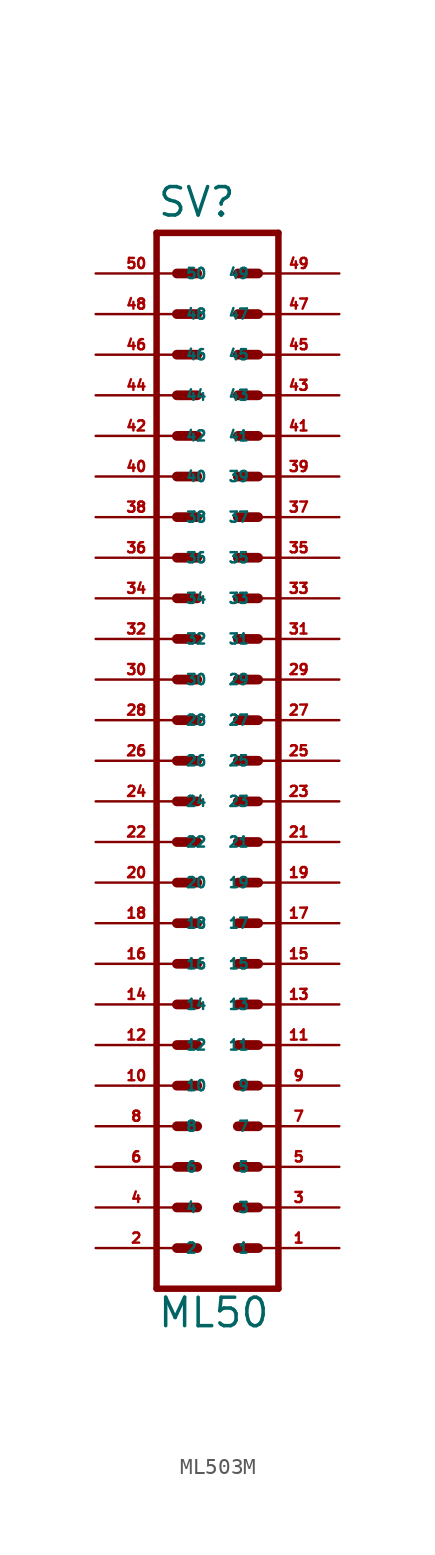
<source format=kicad_sym>
(kicad_symbol_lib
  (version 20220914)
  (generator Eagle2Kicad)
  (symbol "ML503M"
    (property "Reference" "SV"
      (at -3.81 33.909 0)
      (effects (font (size 1.778 1.778) (thickness 0.22)) (justify left bottom)))
    (property "Value" "ML50"
      (at -3.81 -35.56 0)
      (effects (font (size 1.778 1.778) (thickness 0.22)) (justify left bottom)))
    (polyline
      (pts (xy 3.81 -33.02) (xy -3.81 -33.02))
      (stroke (width 0.406) (type default))
      (fill (type none)))
    (polyline
      (pts (xy -3.81 33.02) (xy -3.81 -33.02))
      (stroke (width 0.406) (type default))
      (fill (type none)))
    (polyline
      (pts (xy -3.81 33.02) (xy 3.81 33.02))
      (stroke (width 0.406) (type default))
      (fill (type none)))
    (polyline
      (pts (xy 3.81 -33.02) (xy 3.81 33.02))
      (stroke (width 0.406) (type default))
      (fill (type none)))
    (polyline
      (pts (xy 1.27 -20.32) (xy 2.54 -20.32))
      (stroke (width 0.61) (type default))
      (fill (type none)))
    (polyline
      (pts (xy 1.27 -22.86) (xy 2.54 -22.86))
      (stroke (width 0.61) (type default))
      (fill (type none)))
    (polyline
      (pts (xy 1.27 -25.4) (xy 2.54 -25.4))
      (stroke (width 0.61) (type default))
      (fill (type none)))
    (polyline
      (pts (xy 1.27 -27.94) (xy 2.54 -27.94))
      (stroke (width 0.61) (type default))
      (fill (type none)))
    (polyline
      (pts (xy 1.27 -30.48) (xy 2.54 -30.48))
      (stroke (width 0.61) (type default))
      (fill (type none)))
    (polyline
      (pts (xy -2.54 -20.32) (xy -1.27 -20.32))
      (stroke (width 0.61) (type default))
      (fill (type none)))
    (polyline
      (pts (xy -2.54 -22.86) (xy -1.27 -22.86))
      (stroke (width 0.61) (type default))
      (fill (type none)))
    (polyline
      (pts (xy -2.54 -25.4) (xy -1.27 -25.4))
      (stroke (width 0.61) (type default))
      (fill (type none)))
    (polyline
      (pts (xy -2.54 -27.94) (xy -1.27 -27.94))
      (stroke (width 0.61) (type default))
      (fill (type none)))
    (polyline
      (pts (xy -2.54 -30.48) (xy -1.27 -30.48))
      (stroke (width 0.61) (type default))
      (fill (type none)))
    (polyline
      (pts (xy 1.27 -17.78) (xy 2.54 -17.78))
      (stroke (width 0.61) (type default))
      (fill (type none)))
    (polyline
      (pts (xy 1.27 -15.24) (xy 2.54 -15.24))
      (stroke (width 0.61) (type default))
      (fill (type none)))
    (polyline
      (pts (xy 1.27 -12.7) (xy 2.54 -12.7))
      (stroke (width 0.61) (type default))
      (fill (type none)))
    (polyline
      (pts (xy 1.27 -10.16) (xy 2.54 -10.16))
      (stroke (width 0.61) (type default))
      (fill (type none)))
    (polyline
      (pts (xy 1.27 -7.62) (xy 2.54 -7.62))
      (stroke (width 0.61) (type default))
      (fill (type none)))
    (polyline
      (pts (xy -2.54 -17.78) (xy -1.27 -17.78))
      (stroke (width 0.61) (type default))
      (fill (type none)))
    (polyline
      (pts (xy -2.54 -15.24) (xy -1.27 -15.24))
      (stroke (width 0.61) (type default))
      (fill (type none)))
    (polyline
      (pts (xy -2.54 -12.7) (xy -1.27 -12.7))
      (stroke (width 0.61) (type default))
      (fill (type none)))
    (polyline
      (pts (xy -2.54 -10.16) (xy -1.27 -10.16))
      (stroke (width 0.61) (type default))
      (fill (type none)))
    (polyline
      (pts (xy -2.54 -7.62) (xy -1.27 -7.62))
      (stroke (width 0.61) (type default))
      (fill (type none)))
    (polyline
      (pts (xy 1.27 -5.08) (xy 2.54 -5.08))
      (stroke (width 0.61) (type default))
      (fill (type none)))
    (polyline
      (pts (xy 1.27 -2.54) (xy 2.54 -2.54))
      (stroke (width 0.61) (type default))
      (fill (type none)))
    (polyline
      (pts (xy 1.27 0) (xy 2.54 0))
      (stroke (width 0.61) (type default))
      (fill (type none)))
    (polyline
      (pts (xy -2.54 -5.08) (xy -1.27 -5.08))
      (stroke (width 0.61) (type default))
      (fill (type none)))
    (polyline
      (pts (xy -2.54 -2.54) (xy -1.27 -2.54))
      (stroke (width 0.61) (type default))
      (fill (type none)))
    (polyline
      (pts (xy -2.54 0) (xy -1.27 0))
      (stroke (width 0.61) (type default))
      (fill (type none)))
    (polyline
      (pts (xy 1.27 2.54) (xy 2.54 2.54))
      (stroke (width 0.61) (type default))
      (fill (type none)))
    (polyline
      (pts (xy 1.27 5.08) (xy 2.54 5.08))
      (stroke (width 0.61) (type default))
      (fill (type none)))
    (polyline
      (pts (xy 1.27 7.62) (xy 2.54 7.62))
      (stroke (width 0.61) (type default))
      (fill (type none)))
    (polyline
      (pts (xy 1.27 10.16) (xy 2.54 10.16))
      (stroke (width 0.61) (type default))
      (fill (type none)))
    (polyline
      (pts (xy 1.27 12.7) (xy 2.54 12.7))
      (stroke (width 0.61) (type default))
      (fill (type none)))
    (polyline
      (pts (xy 1.27 15.24) (xy 2.54 15.24))
      (stroke (width 0.61) (type default))
      (fill (type none)))
    (polyline
      (pts (xy 1.27 17.78) (xy 2.54 17.78))
      (stroke (width 0.61) (type default))
      (fill (type none)))
    (polyline
      (pts (xy -2.54 2.54) (xy -1.27 2.54))
      (stroke (width 0.61) (type default))
      (fill (type none)))
    (polyline
      (pts (xy -2.54 5.08) (xy -1.27 5.08))
      (stroke (width 0.61) (type default))
      (fill (type none)))
    (polyline
      (pts (xy -2.54 7.62) (xy -1.27 7.62))
      (stroke (width 0.61) (type default))
      (fill (type none)))
    (polyline
      (pts (xy -2.54 10.16) (xy -1.27 10.16))
      (stroke (width 0.61) (type default))
      (fill (type none)))
    (polyline
      (pts (xy -2.54 12.7) (xy -1.27 12.7))
      (stroke (width 0.61) (type default))
      (fill (type none)))
    (polyline
      (pts (xy -2.54 15.24) (xy -1.27 15.24))
      (stroke (width 0.61) (type default))
      (fill (type none)))
    (polyline
      (pts (xy -2.54 17.78) (xy -1.27 17.78))
      (stroke (width 0.61) (type default))
      (fill (type none)))
    (polyline
      (pts (xy -2.54 20.32) (xy -1.27 20.32))
      (stroke (width 0.61) (type default))
      (fill (type none)))
    (polyline
      (pts (xy -2.54 22.86) (xy -1.27 22.86))
      (stroke (width 0.61) (type default))
      (fill (type none)))
    (polyline
      (pts (xy -2.54 25.4) (xy -1.27 25.4))
      (stroke (width 0.61) (type default))
      (fill (type none)))
    (polyline
      (pts (xy 1.27 20.32) (xy 2.54 20.32))
      (stroke (width 0.61) (type default))
      (fill (type none)))
    (polyline
      (pts (xy 1.27 22.86) (xy 2.54 22.86))
      (stroke (width 0.61) (type default))
      (fill (type none)))
    (polyline
      (pts (xy 1.27 25.4) (xy 2.54 25.4))
      (stroke (width 0.61) (type default))
      (fill (type none)))
    (polyline
      (pts (xy -2.54 27.94) (xy -1.27 27.94))
      (stroke (width 0.61) (type default))
      (fill (type none)))
    (polyline
      (pts (xy -2.54 30.48) (xy -1.27 30.48))
      (stroke (width 0.61) (type default))
      (fill (type none)))
    (polyline
      (pts (xy 1.27 27.94) (xy 2.54 27.94))
      (stroke (width 0.61) (type default))
      (fill (type none)))
    (polyline
      (pts (xy 1.27 30.48) (xy 2.54 30.48))
      (stroke (width 0.61) (type default))
      (fill (type none)))
    (pin passive line
      (at 7.62 -30.48 180)
      (length 5.08)
      (name "1" (effects (font (size 0.635 0.635) (thickness 0.08)) (justify left bottom)))
      (number "1" (effects (font (size 0.635 0.635) (thickness 0.08)) (justify left bottom))))
    (pin passive line
      (at 7.62 -27.94 180)
      (length 5.08)
      (name "3" (effects (font (size 0.635 0.635) (thickness 0.08)) (justify left bottom)))
      (number "3" (effects (font (size 0.635 0.635) (thickness 0.08)) (justify left bottom))))
    (pin passive line
      (at 7.62 -25.4 180)
      (length 5.08)
      (name "5" (effects (font (size 0.635 0.635) (thickness 0.08)) (justify left bottom)))
      (number "5" (effects (font (size 0.635 0.635) (thickness 0.08)) (justify left bottom))))
    (pin passive line
      (at 7.62 -22.86 180)
      (length 5.08)
      (name "7" (effects (font (size 0.635 0.635) (thickness 0.08)) (justify left bottom)))
      (number "7" (effects (font (size 0.635 0.635) (thickness 0.08)) (justify left bottom))))
    (pin passive line
      (at 7.62 -20.32 180)
      (length 5.08)
      (name "9" (effects (font (size 0.635 0.635) (thickness 0.08)) (justify left bottom)))
      (number "9" (effects (font (size 0.635 0.635) (thickness 0.08)) (justify left bottom))))
    (pin passive line
      (at 7.62 -17.78 180)
      (length 5.08)
      (name "11" (effects (font (size 0.635 0.635) (thickness 0.08)) (justify left bottom)))
      (number "11" (effects (font (size 0.635 0.635) (thickness 0.08)) (justify left bottom))))
    (pin passive line
      (at 7.62 -15.24 180)
      (length 5.08)
      (name "13" (effects (font (size 0.635 0.635) (thickness 0.08)) (justify left bottom)))
      (number "13" (effects (font (size 0.635 0.635) (thickness 0.08)) (justify left bottom))))
    (pin passive line
      (at 7.62 -12.7 180)
      (length 5.08)
      (name "15" (effects (font (size 0.635 0.635) (thickness 0.08)) (justify left bottom)))
      (number "15" (effects (font (size 0.635 0.635) (thickness 0.08)) (justify left bottom))))
    (pin passive line
      (at 7.62 -10.16 180)
      (length 5.08)
      (name "17" (effects (font (size 0.635 0.635) (thickness 0.08)) (justify left bottom)))
      (number "17" (effects (font (size 0.635 0.635) (thickness 0.08)) (justify left bottom))))
    (pin passive line
      (at 7.62 -7.62 180)
      (length 5.08)
      (name "19" (effects (font (size 0.635 0.635) (thickness 0.08)) (justify left bottom)))
      (number "19" (effects (font (size 0.635 0.635) (thickness 0.08)) (justify left bottom))))
    (pin passive line
      (at 7.62 -5.08 180)
      (length 5.08)
      (name "21" (effects (font (size 0.635 0.635) (thickness 0.08)) (justify left bottom)))
      (number "21" (effects (font (size 0.635 0.635) (thickness 0.08)) (justify left bottom))))
    (pin passive line
      (at 7.62 -2.54 180)
      (length 5.08)
      (name "23" (effects (font (size 0.635 0.635) (thickness 0.08)) (justify left bottom)))
      (number "23" (effects (font (size 0.635 0.635) (thickness 0.08)) (justify left bottom))))
    (pin passive line
      (at 7.62 0 180)
      (length 5.08)
      (name "25" (effects (font (size 0.635 0.635) (thickness 0.08)) (justify left bottom)))
      (number "25" (effects (font (size 0.635 0.635) (thickness 0.08)) (justify left bottom))))
    (pin passive line
      (at 7.62 2.54 180)
      (length 5.08)
      (name "27" (effects (font (size 0.635 0.635) (thickness 0.08)) (justify left bottom)))
      (number "27" (effects (font (size 0.635 0.635) (thickness 0.08)) (justify left bottom))))
    (pin passive line
      (at 7.62 5.08 180)
      (length 5.08)
      (name "29" (effects (font (size 0.635 0.635) (thickness 0.08)) (justify left bottom)))
      (number "29" (effects (font (size 0.635 0.635) (thickness 0.08)) (justify left bottom))))
    (pin passive line
      (at 7.62 7.62 180)
      (length 5.08)
      (name "31" (effects (font (size 0.635 0.635) (thickness 0.08)) (justify left bottom)))
      (number "31" (effects (font (size 0.635 0.635) (thickness 0.08)) (justify left bottom))))
    (pin passive line
      (at 7.62 10.16 180)
      (length 5.08)
      (name "33" (effects (font (size 0.635 0.635) (thickness 0.08)) (justify left bottom)))
      (number "33" (effects (font (size 0.635 0.635) (thickness 0.08)) (justify left bottom))))
    (pin passive line
      (at 7.62 12.7 180)
      (length 5.08)
      (name "35" (effects (font (size 0.635 0.635) (thickness 0.08)) (justify left bottom)))
      (number "35" (effects (font (size 0.635 0.635) (thickness 0.08)) (justify left bottom))))
    (pin passive line
      (at 7.62 15.24 180)
      (length 5.08)
      (name "37" (effects (font (size 0.635 0.635) (thickness 0.08)) (justify left bottom)))
      (number "37" (effects (font (size 0.635 0.635) (thickness 0.08)) (justify left bottom))))
    (pin passive line
      (at 7.62 17.78 180)
      (length 5.08)
      (name "39" (effects (font (size 0.635 0.635) (thickness 0.08)) (justify left bottom)))
      (number "39" (effects (font (size 0.635 0.635) (thickness 0.08)) (justify left bottom))))
    (pin passive line
      (at -7.62 -30.48 0)
      (length 5.08)
      (name "2" (effects (font (size 0.635 0.635) (thickness 0.08)) (justify left bottom)))
      (number "2" (effects (font (size 0.635 0.635) (thickness 0.08)) (justify left bottom))))
    (pin passive line
      (at -7.62 -27.94 0)
      (length 5.08)
      (name "4" (effects (font (size 0.635 0.635) (thickness 0.08)) (justify left bottom)))
      (number "4" (effects (font (size 0.635 0.635) (thickness 0.08)) (justify left bottom))))
    (pin passive line
      (at -7.62 -25.4 0)
      (length 5.08)
      (name "6" (effects (font (size 0.635 0.635) (thickness 0.08)) (justify left bottom)))
      (number "6" (effects (font (size 0.635 0.635) (thickness 0.08)) (justify left bottom))))
    (pin passive line
      (at -7.62 -22.86 0)
      (length 5.08)
      (name "8" (effects (font (size 0.635 0.635) (thickness 0.08)) (justify left bottom)))
      (number "8" (effects (font (size 0.635 0.635) (thickness 0.08)) (justify left bottom))))
    (pin passive line
      (at -7.62 -20.32 0)
      (length 5.08)
      (name "10" (effects (font (size 0.635 0.635) (thickness 0.08)) (justify left bottom)))
      (number "10" (effects (font (size 0.635 0.635) (thickness 0.08)) (justify left bottom))))
    (pin passive line
      (at -7.62 -17.78 0)
      (length 5.08)
      (name "12" (effects (font (size 0.635 0.635) (thickness 0.08)) (justify left bottom)))
      (number "12" (effects (font (size 0.635 0.635) (thickness 0.08)) (justify left bottom))))
    (pin passive line
      (at -7.62 -15.24 0)
      (length 5.08)
      (name "14" (effects (font (size 0.635 0.635) (thickness 0.08)) (justify left bottom)))
      (number "14" (effects (font (size 0.635 0.635) (thickness 0.08)) (justify left bottom))))
    (pin passive line
      (at -7.62 -12.7 0)
      (length 5.08)
      (name "16" (effects (font (size 0.635 0.635) (thickness 0.08)) (justify left bottom)))
      (number "16" (effects (font (size 0.635 0.635) (thickness 0.08)) (justify left bottom))))
    (pin passive line
      (at -7.62 -10.16 0)
      (length 5.08)
      (name "18" (effects (font (size 0.635 0.635) (thickness 0.08)) (justify left bottom)))
      (number "18" (effects (font (size 0.635 0.635) (thickness 0.08)) (justify left bottom))))
    (pin passive line
      (at -7.62 -7.62 0)
      (length 5.08)
      (name "20" (effects (font (size 0.635 0.635) (thickness 0.08)) (justify left bottom)))
      (number "20" (effects (font (size 0.635 0.635) (thickness 0.08)) (justify left bottom))))
    (pin passive line
      (at -7.62 -5.08 0)
      (length 5.08)
      (name "22" (effects (font (size 0.635 0.635) (thickness 0.08)) (justify left bottom)))
      (number "22" (effects (font (size 0.635 0.635) (thickness 0.08)) (justify left bottom))))
    (pin passive line
      (at -7.62 -2.54 0)
      (length 5.08)
      (name "24" (effects (font (size 0.635 0.635) (thickness 0.08)) (justify left bottom)))
      (number "24" (effects (font (size 0.635 0.635) (thickness 0.08)) (justify left bottom))))
    (pin passive line
      (at -7.62 0 0)
      (length 5.08)
      (name "26" (effects (font (size 0.635 0.635) (thickness 0.08)) (justify left bottom)))
      (number "26" (effects (font (size 0.635 0.635) (thickness 0.08)) (justify left bottom))))
    (pin passive line
      (at -7.62 2.54 0)
      (length 5.08)
      (name "28" (effects (font (size 0.635 0.635) (thickness 0.08)) (justify left bottom)))
      (number "28" (effects (font (size 0.635 0.635) (thickness 0.08)) (justify left bottom))))
    (pin passive line
      (at -7.62 5.08 0)
      (length 5.08)
      (name "30" (effects (font (size 0.635 0.635) (thickness 0.08)) (justify left bottom)))
      (number "30" (effects (font (size 0.635 0.635) (thickness 0.08)) (justify left bottom))))
    (pin passive line
      (at -7.62 7.62 0)
      (length 5.08)
      (name "32" (effects (font (size 0.635 0.635) (thickness 0.08)) (justify left bottom)))
      (number "32" (effects (font (size 0.635 0.635) (thickness 0.08)) (justify left bottom))))
    (pin passive line
      (at -7.62 10.16 0)
      (length 5.08)
      (name "34" (effects (font (size 0.635 0.635) (thickness 0.08)) (justify left bottom)))
      (number "34" (effects (font (size 0.635 0.635) (thickness 0.08)) (justify left bottom))))
    (pin passive line
      (at -7.62 12.7 0)
      (length 5.08)
      (name "36" (effects (font (size 0.635 0.635) (thickness 0.08)) (justify left bottom)))
      (number "36" (effects (font (size 0.635 0.635) (thickness 0.08)) (justify left bottom))))
    (pin passive line
      (at -7.62 15.24 0)
      (length 5.08)
      (name "38" (effects (font (size 0.635 0.635) (thickness 0.08)) (justify left bottom)))
      (number "38" (effects (font (size 0.635 0.635) (thickness 0.08)) (justify left bottom))))
    (pin passive line
      (at -7.62 17.78 0)
      (length 5.08)
      (name "40" (effects (font (size 0.635 0.635) (thickness 0.08)) (justify left bottom)))
      (number "40" (effects (font (size 0.635 0.635) (thickness 0.08)) (justify left bottom))))
    (pin passive line
      (at 7.62 20.32 180)
      (length 5.08)
      (name "41" (effects (font (size 0.635 0.635) (thickness 0.08)) (justify left bottom)))
      (number "41" (effects (font (size 0.635 0.635) (thickness 0.08)) (justify left bottom))))
    (pin passive line
      (at 7.62 22.86 180)
      (length 5.08)
      (name "43" (effects (font (size 0.635 0.635) (thickness 0.08)) (justify left bottom)))
      (number "43" (effects (font (size 0.635 0.635) (thickness 0.08)) (justify left bottom))))
    (pin passive line
      (at 7.62 25.4 180)
      (length 5.08)
      (name "45" (effects (font (size 0.635 0.635) (thickness 0.08)) (justify left bottom)))
      (number "45" (effects (font (size 0.635 0.635) (thickness 0.08)) (justify left bottom))))
    (pin passive line
      (at 7.62 27.94 180)
      (length 5.08)
      (name "47" (effects (font (size 0.635 0.635) (thickness 0.08)) (justify left bottom)))
      (number "47" (effects (font (size 0.635 0.635) (thickness 0.08)) (justify left bottom))))
    (pin passive line
      (at 7.62 30.48 180)
      (length 5.08)
      (name "49" (effects (font (size 0.635 0.635) (thickness 0.08)) (justify left bottom)))
      (number "49" (effects (font (size 0.635 0.635) (thickness 0.08)) (justify left bottom))))
    (pin passive line
      (at -7.62 20.32 0)
      (length 5.08)
      (name "42" (effects (font (size 0.635 0.635) (thickness 0.08)) (justify left bottom)))
      (number "42" (effects (font (size 0.635 0.635) (thickness 0.08)) (justify left bottom))))
    (pin passive line
      (at -7.62 22.86 0)
      (length 5.08)
      (name "44" (effects (font (size 0.635 0.635) (thickness 0.08)) (justify left bottom)))
      (number "44" (effects (font (size 0.635 0.635) (thickness 0.08)) (justify left bottom))))
    (pin passive line
      (at -7.62 25.4 0)
      (length 5.08)
      (name "46" (effects (font (size 0.635 0.635) (thickness 0.08)) (justify left bottom)))
      (number "46" (effects (font (size 0.635 0.635) (thickness 0.08)) (justify left bottom))))
    (pin passive line
      (at -7.62 27.94 0)
      (length 5.08)
      (name "48" (effects (font (size 0.635 0.635) (thickness 0.08)) (justify left bottom)))
      (number "48" (effects (font (size 0.635 0.635) (thickness 0.08)) (justify left bottom))))
    (pin passive line
      (at -7.62 30.48 0)
      (length 5.08)
      (name "50" (effects (font (size 0.635 0.635) (thickness 0.08)) (justify left bottom)))
      (number "50" (effects (font (size 0.635 0.635) (thickness 0.08)) (justify left bottom))))))
</source>
